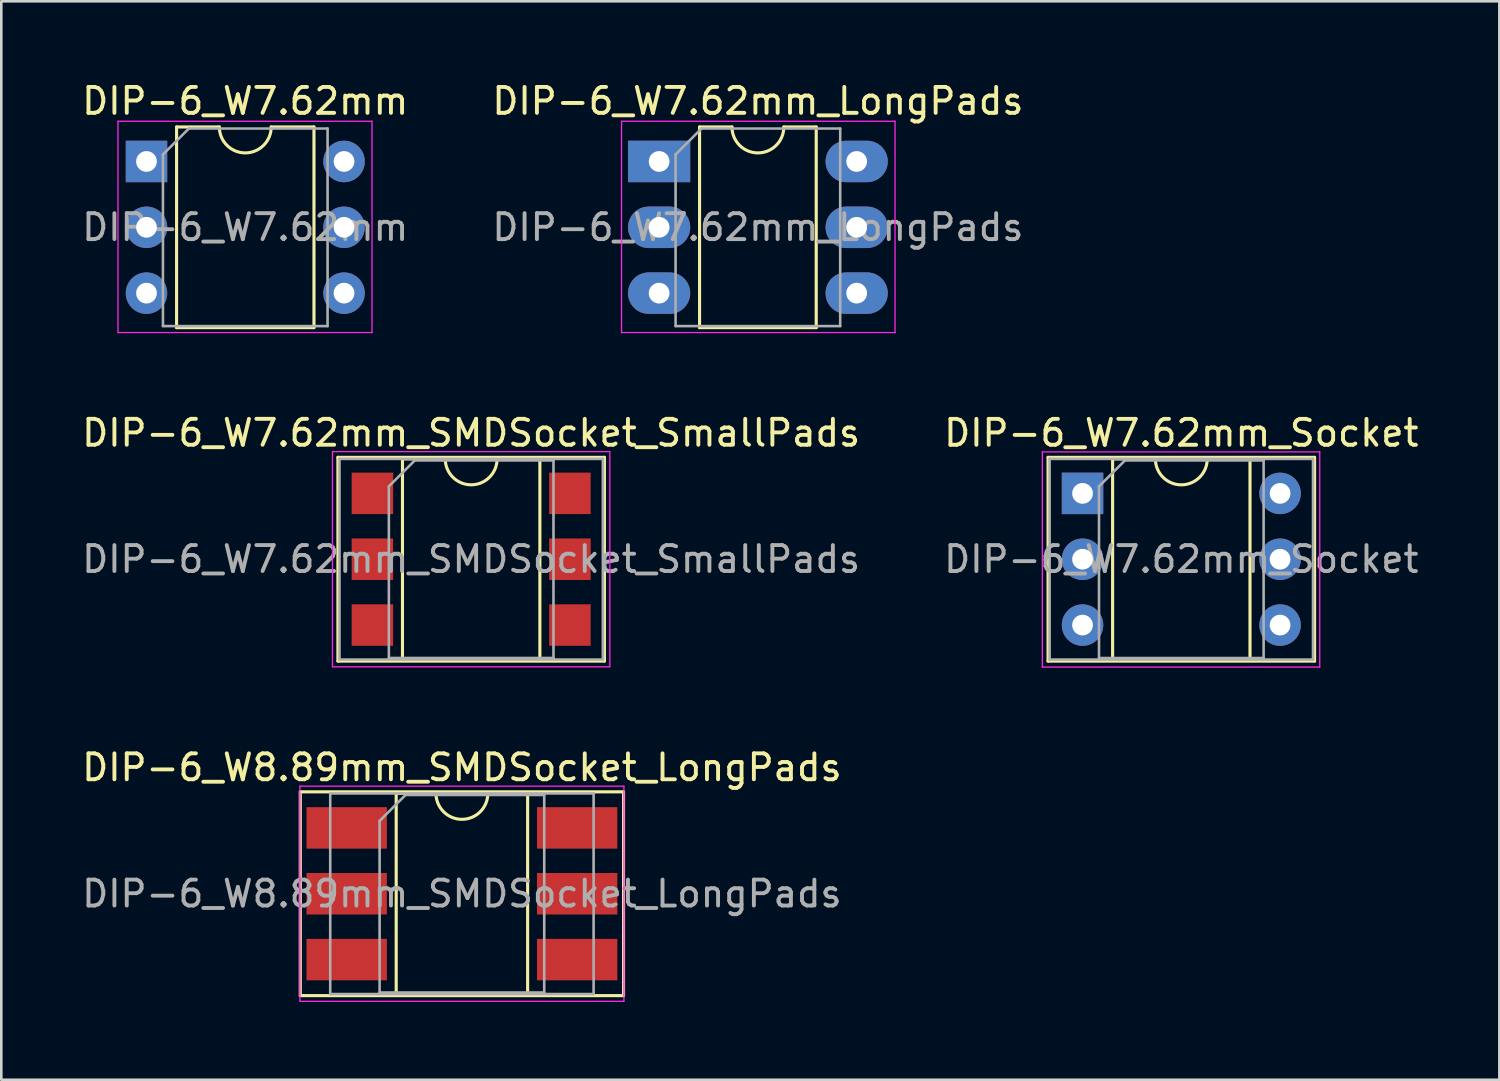
<source format=kicad_pcb>
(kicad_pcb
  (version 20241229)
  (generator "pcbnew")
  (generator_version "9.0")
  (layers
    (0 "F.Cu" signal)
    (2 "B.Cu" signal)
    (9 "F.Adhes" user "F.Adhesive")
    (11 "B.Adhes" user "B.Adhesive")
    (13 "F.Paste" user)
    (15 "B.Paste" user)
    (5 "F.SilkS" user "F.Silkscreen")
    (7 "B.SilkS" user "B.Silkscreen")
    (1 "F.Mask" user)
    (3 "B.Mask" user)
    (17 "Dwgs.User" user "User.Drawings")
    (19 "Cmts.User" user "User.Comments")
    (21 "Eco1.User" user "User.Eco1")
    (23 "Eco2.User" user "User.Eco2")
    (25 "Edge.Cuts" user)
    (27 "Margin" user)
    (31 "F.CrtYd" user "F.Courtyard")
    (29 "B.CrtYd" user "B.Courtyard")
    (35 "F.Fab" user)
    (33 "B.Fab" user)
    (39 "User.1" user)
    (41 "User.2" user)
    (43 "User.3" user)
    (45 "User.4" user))
  (footprint "DIP-6_W7.62mm"
    (layer "F.Cu")
    (at 2.601 3.178)
    (property "Reference" "DIP-6_W7.62mm" (at 3.81 -2.33 0) (layer "F.SilkS") (effects (font (size 1 1) (thickness 0.15))))
    (attr through_hole)
    (fp_line (start 1.16 -1.33) (end 1.16 6.41) (stroke (width 0.12) (type solid)) (layer "F.SilkS"))
    (fp_line (start 1.16 6.41) (end 6.46 6.41) (stroke (width 0.12) (type solid)) (layer "F.SilkS"))
    (fp_line (start 2.81 -1.33) (end 1.16 -1.33) (stroke (width 0.12) (type solid)) (layer "F.SilkS"))
    (fp_line (start 6.46 -1.33) (end 4.81 -1.33) (stroke (width 0.12) (type solid)) (layer "F.SilkS"))
    (fp_line (start 6.46 6.41) (end 6.46 -1.33) (stroke (width 0.12) (type solid)) (layer "F.SilkS"))
    (fp_arc (start 4.81 -1.33) (mid 3.81 -0.33) (end 2.81 -1.33) (stroke (width 0.12) (type solid)) (layer "F.SilkS"))
    (fp_line (start -1.1 -1.55) (end -1.1 6.6) (stroke (width 0.05) (type solid)) (layer "F.CrtYd"))
    (fp_line (start -1.1 6.6) (end 8.7 6.6) (stroke (width 0.05) (type solid)) (layer "F.CrtYd"))
    (fp_line (start 8.7 -1.55) (end -1.1 -1.55) (stroke (width 0.05) (type solid)) (layer "F.CrtYd"))
    (fp_line (start 8.7 6.6) (end 8.7 -1.55) (stroke (width 0.05) (type solid)) (layer "F.CrtYd"))
    (fp_line (start 0.635 -0.27) (end 1.635 -1.27) (stroke (width 0.1) (type solid)) (layer "F.Fab"))
    (fp_line (start 0.635 6.35) (end 0.635 -0.27) (stroke (width 0.1) (type solid)) (layer "F.Fab"))
    (fp_line (start 1.635 -1.27) (end 6.985 -1.27) (stroke (width 0.1) (type solid)) (layer "F.Fab"))
    (fp_line (start 6.985 -1.27) (end 6.985 6.35) (stroke (width 0.1) (type solid)) (layer "F.Fab"))
    (fp_line (start 6.985 6.35) (end 0.635 6.35) (stroke (width 0.1) (type solid)) (layer "F.Fab"))
    (fp_text user "${REFERENCE}" (at 3.81 2.54 0) (layer "F.Fab") (effects (font (size 1 1) (thickness 0.15))))
    (pad "1" thru_hole rect (at 0 0) (size 1.6 1.6) (drill 0.8) (layers "*.Cu" "*.Mask"))
    (pad "2" thru_hole oval (at 0 2.54) (size 1.6 1.6) (drill 0.8) (layers "*.Cu" "*.Mask"))
    (pad "3" thru_hole oval (at 0 5.08) (size 1.6 1.6) (drill 0.8) (layers "*.Cu" "*.Mask"))
    (pad "4" thru_hole oval (at 7.62 5.08) (size 1.6 1.6) (drill 0.8) (layers "*.Cu" "*.Mask"))
    (pad "5" thru_hole oval (at 7.62 2.54) (size 1.6 1.6) (drill 0.8) (layers "*.Cu" "*.Mask"))
    (pad "6" thru_hole oval (at 7.62 0) (size 1.6 1.6) (drill 0.8) (layers "*.Cu" "*.Mask")))
  (footprint "DIP-6_W7.62mm_Socket"
    (layer "F.Cu")
    (at 38.708 15.982)
    (property "Reference" "DIP-6_W7.62mm_Socket" (at 3.81 -2.33 0) (layer "F.SilkS") (effects (font (size 1 1) (thickness 0.15))))
    (attr through_hole)
    (fp_line (start -1.33 -1.39) (end -1.33 6.47) (stroke (width 0.12) (type solid)) (layer "F.SilkS"))
    (fp_line (start -1.33 6.47) (end 8.95 6.47) (stroke (width 0.12) (type solid)) (layer "F.SilkS"))
    (fp_line (start 1.16 -1.33) (end 1.16 6.41) (stroke (width 0.12) (type solid)) (layer "F.SilkS"))
    (fp_line (start 1.16 6.41) (end 6.46 6.41) (stroke (width 0.12) (type solid)) (layer "F.SilkS"))
    (fp_line (start 2.81 -1.33) (end 1.16 -1.33) (stroke (width 0.12) (type solid)) (layer "F.SilkS"))
    (fp_line (start 6.46 -1.33) (end 4.81 -1.33) (stroke (width 0.12) (type solid)) (layer "F.SilkS"))
    (fp_line (start 6.46 6.41) (end 6.46 -1.33) (stroke (width 0.12) (type solid)) (layer "F.SilkS"))
    (fp_line (start 8.95 -1.39) (end -1.33 -1.39) (stroke (width 0.12) (type solid)) (layer "F.SilkS"))
    (fp_line (start 8.95 6.47) (end 8.95 -1.39) (stroke (width 0.12) (type solid)) (layer "F.SilkS"))
    (fp_arc (start 4.81 -1.33) (mid 3.81 -0.33) (end 2.81 -1.33) (stroke (width 0.12) (type solid)) (layer "F.SilkS"))
    (fp_line (start -1.55 -1.6) (end -1.55 6.7) (stroke (width 0.05) (type solid)) (layer "F.CrtYd"))
    (fp_line (start -1.55 6.7) (end 9.15 6.7) (stroke (width 0.05) (type solid)) (layer "F.CrtYd"))
    (fp_line (start 9.15 -1.6) (end -1.55 -1.6) (stroke (width 0.05) (type solid)) (layer "F.CrtYd"))
    (fp_line (start 9.15 6.7) (end 9.15 -1.6) (stroke (width 0.05) (type solid)) (layer "F.CrtYd"))
    (fp_line (start -1.27 -1.33) (end -1.27 6.41) (stroke (width 0.1) (type solid)) (layer "F.Fab"))
    (fp_line (start -1.27 6.41) (end 8.89 6.41) (stroke (width 0.1) (type solid)) (layer "F.Fab"))
    (fp_line (start 0.635 -0.27) (end 1.635 -1.27) (stroke (width 0.1) (type solid)) (layer "F.Fab"))
    (fp_line (start 0.635 6.35) (end 0.635 -0.27) (stroke (width 0.1) (type solid)) (layer "F.Fab"))
    (fp_line (start 1.635 -1.27) (end 6.985 -1.27) (stroke (width 0.1) (type solid)) (layer "F.Fab"))
    (fp_line (start 6.985 -1.27) (end 6.985 6.35) (stroke (width 0.1) (type solid)) (layer "F.Fab"))
    (fp_line (start 6.985 6.35) (end 0.635 6.35) (stroke (width 0.1) (type solid)) (layer "F.Fab"))
    (fp_line (start 8.89 -1.33) (end -1.27 -1.33) (stroke (width 0.1) (type solid)) (layer "F.Fab"))
    (fp_line (start 8.89 6.41) (end 8.89 -1.33) (stroke (width 0.1) (type solid)) (layer "F.Fab"))
    (fp_text user "${REFERENCE}" (at 3.81 2.54 0) (layer "F.Fab") (effects (font (size 1 1) (thickness 0.15))))
    (pad "1" thru_hole rect (at 0 0) (size 1.6 1.6) (drill 0.8) (layers "*.Cu" "*.Mask"))
    (pad "2" thru_hole oval (at 0 2.54) (size 1.6 1.6) (drill 0.8) (layers "*.Cu" "*.Mask"))
    (pad "3" thru_hole oval (at 0 5.08) (size 1.6 1.6) (drill 0.8) (layers "*.Cu" "*.Mask"))
    (pad "4" thru_hole oval (at 7.62 5.08) (size 1.6 1.6) (drill 0.8) (layers "*.Cu" "*.Mask"))
    (pad "5" thru_hole oval (at 7.62 2.54) (size 1.6 1.6) (drill 0.8) (layers "*.Cu" "*.Mask"))
    (pad "6" thru_hole oval (at 7.62 0) (size 1.6 1.6) (drill 0.8) (layers "*.Cu" "*.Mask")))
  (footprint "DIP-6_W7.62mm_LongPads"
    (layer "F.Cu")
    (at 22.375 3.178)
    (property "Reference" "DIP-6_W7.62mm_LongPads" (at 3.81 -2.33 0) (layer "F.SilkS") (effects (font (size 1 1) (thickness 0.15))))
    (attr through_hole)
    (fp_line (start 1.56 -1.33) (end 1.56 6.41) (stroke (width 0.12) (type solid)) (layer "F.SilkS"))
    (fp_line (start 1.56 6.41) (end 6.06 6.41) (stroke (width 0.12) (type solid)) (layer "F.SilkS"))
    (fp_line (start 2.81 -1.33) (end 1.56 -1.33) (stroke (width 0.12) (type solid)) (layer "F.SilkS"))
    (fp_line (start 6.06 -1.33) (end 4.81 -1.33) (stroke (width 0.12) (type solid)) (layer "F.SilkS"))
    (fp_line (start 6.06 6.41) (end 6.06 -1.33) (stroke (width 0.12) (type solid)) (layer "F.SilkS"))
    (fp_arc (start 4.81 -1.33) (mid 3.81 -0.33) (end 2.81 -1.33) (stroke (width 0.12) (type solid)) (layer "F.SilkS"))
    (fp_line (start -1.45 -1.55) (end -1.45 6.6) (stroke (width 0.05) (type solid)) (layer "F.CrtYd"))
    (fp_line (start -1.45 6.6) (end 9.1 6.6) (stroke (width 0.05) (type solid)) (layer "F.CrtYd"))
    (fp_line (start 9.1 -1.55) (end -1.45 -1.55) (stroke (width 0.05) (type solid)) (layer "F.CrtYd"))
    (fp_line (start 9.1 6.6) (end 9.1 -1.55) (stroke (width 0.05) (type solid)) (layer "F.CrtYd"))
    (fp_line (start 0.635 -0.27) (end 1.635 -1.27) (stroke (width 0.1) (type solid)) (layer "F.Fab"))
    (fp_line (start 0.635 6.35) (end 0.635 -0.27) (stroke (width 0.1) (type solid)) (layer "F.Fab"))
    (fp_line (start 1.635 -1.27) (end 6.985 -1.27) (stroke (width 0.1) (type solid)) (layer "F.Fab"))
    (fp_line (start 6.985 -1.27) (end 6.985 6.35) (stroke (width 0.1) (type solid)) (layer "F.Fab"))
    (fp_line (start 6.985 6.35) (end 0.635 6.35) (stroke (width 0.1) (type solid)) (layer "F.Fab"))
    (fp_text user "${REFERENCE}" (at 3.81 2.54 0) (layer "F.Fab") (effects (font (size 1 1) (thickness 0.15))))
    (pad "1" thru_hole rect (at 0 0) (size 2.4 1.6) (drill 0.8) (layers "*.Cu" "*.Mask"))
    (pad "2" thru_hole oval (at 0 2.54) (size 2.4 1.6) (drill 0.8) (layers "*.Cu" "*.Mask"))
    (pad "3" thru_hole oval (at 0 5.08) (size 2.4 1.6) (drill 0.8) (layers "*.Cu" "*.Mask"))
    (pad "4" thru_hole oval (at 7.62 5.08) (size 2.4 1.6) (drill 0.8) (layers "*.Cu" "*.Mask"))
    (pad "5" thru_hole oval (at 7.62 2.54) (size 2.4 1.6) (drill 0.8) (layers "*.Cu" "*.Mask"))
    (pad "6" thru_hole oval (at 7.62 0) (size 2.4 1.6) (drill 0.8) (layers "*.Cu" "*.Mask")))
  (footprint "DIP-6_W8.89mm_SMDSocket_LongPads"
    (layer "F.Cu")
    (at 14.768 31.425)
    (property "Reference" "DIP-6_W8.89mm_SMDSocket_LongPads" (at 0 -4.87 0) (layer "F.SilkS") (effects (font (size 1 1) (thickness 0.15))))
    (attr smd)
    (fp_line (start -6.235 -3.93) (end -6.235 3.93) (stroke (width 0.12) (type solid)) (layer "F.SilkS"))
    (fp_line (start -6.235 3.93) (end 6.235 3.93) (stroke (width 0.12) (type solid)) (layer "F.SilkS"))
    (fp_line (start -2.535 -3.87) (end -2.535 3.87) (stroke (width 0.12) (type solid)) (layer "F.SilkS"))
    (fp_line (start -2.535 3.87) (end 2.535 3.87) (stroke (width 0.12) (type solid)) (layer "F.SilkS"))
    (fp_line (start -1 -3.87) (end -2.535 -3.87) (stroke (width 0.12) (type solid)) (layer "F.SilkS"))
    (fp_line (start 2.535 -3.87) (end 1 -3.87) (stroke (width 0.12) (type solid)) (layer "F.SilkS"))
    (fp_line (start 2.535 3.87) (end 2.535 -3.87) (stroke (width 0.12) (type solid)) (layer "F.SilkS"))
    (fp_line (start 6.235 -3.93) (end -6.235 -3.93) (stroke (width 0.12) (type solid)) (layer "F.SilkS"))
    (fp_line (start 6.235 3.93) (end 6.235 -3.93) (stroke (width 0.12) (type solid)) (layer "F.SilkS"))
    (fp_arc (start 1 -3.87) (mid 0 -2.87) (end -1 -3.87) (stroke (width 0.12) (type solid)) (layer "F.SilkS"))
    (fp_line (start -6.25 -4.15) (end -6.25 4.15) (stroke (width 0.05) (type solid)) (layer "F.CrtYd"))
    (fp_line (start -6.25 4.15) (end 6.25 4.15) (stroke (width 0.05) (type solid)) (layer "F.CrtYd"))
    (fp_line (start 6.25 -4.15) (end -6.25 -4.15) (stroke (width 0.05) (type solid)) (layer "F.CrtYd"))
    (fp_line (start 6.25 4.15) (end 6.25 -4.15) (stroke (width 0.05) (type solid)) (layer "F.CrtYd"))
    (fp_line (start -5.08 -3.87) (end -5.08 3.87) (stroke (width 0.1) (type solid)) (layer "F.Fab"))
    (fp_line (start -5.08 3.87) (end 5.08 3.87) (stroke (width 0.1) (type solid)) (layer "F.Fab"))
    (fp_line (start -3.175 -2.81) (end -2.175 -3.81) (stroke (width 0.1) (type solid)) (layer "F.Fab"))
    (fp_line (start -3.175 3.81) (end -3.175 -2.81) (stroke (width 0.1) (type solid)) (layer "F.Fab"))
    (fp_line (start -2.175 -3.81) (end 3.175 -3.81) (stroke (width 0.1) (type solid)) (layer "F.Fab"))
    (fp_line (start 3.175 -3.81) (end 3.175 3.81) (stroke (width 0.1) (type solid)) (layer "F.Fab"))
    (fp_line (start 3.175 3.81) (end -3.175 3.81) (stroke (width 0.1) (type solid)) (layer "F.Fab"))
    (fp_line (start 5.08 -3.87) (end -5.08 -3.87) (stroke (width 0.1) (type solid)) (layer "F.Fab"))
    (fp_line (start 5.08 3.87) (end 5.08 -3.87) (stroke (width 0.1) (type solid)) (layer "F.Fab"))
    (fp_text user "${REFERENCE}" (at 0 0 0) (layer "F.Fab") (effects (font (size 1 1) (thickness 0.15))))
    (pad "1" smd rect (at -4.445 -2.54) (size 3.1 1.6) (layers "F.Cu" "F.Mask" "F.Paste"))
    (pad "2" smd rect (at -4.445 0) (size 3.1 1.6) (layers "F.Cu" "F.Mask" "F.Paste"))
    (pad "3" smd rect (at -4.445 2.54) (size 3.1 1.6) (layers "F.Cu" "F.Mask" "F.Paste"))
    (pad "4" smd rect (at 4.445 2.54) (size 3.1 1.6) (layers "F.Cu" "F.Mask" "F.Paste"))
    (pad "5" smd rect (at 4.445 0) (size 3.1 1.6) (layers "F.Cu" "F.Mask" "F.Paste"))
    (pad "6" smd rect (at 4.445 -2.54) (size 3.1 1.6) (layers "F.Cu" "F.Mask" "F.Paste")))
  (footprint "DIP-6_W7.62mm_SMDSocket_SmallPads"
    (layer "F.Cu")
    (at 15.125 18.521)
    (property "Reference" "DIP-6_W7.62mm_SMDSocket_SmallPads" (at 0 -4.87 0) (layer "F.SilkS") (effects (font (size 1 1) (thickness 0.15))))
    (attr smd)
    (fp_line (start -5.14 -3.93) (end -5.14 3.93) (stroke (width 0.12) (type solid)) (layer "F.SilkS"))
    (fp_line (start -5.14 3.93) (end 5.14 3.93) (stroke (width 0.12) (type solid)) (layer "F.SilkS"))
    (fp_line (start -2.65 -3.87) (end -2.65 3.87) (stroke (width 0.12) (type solid)) (layer "F.SilkS"))
    (fp_line (start -2.65 3.87) (end 2.65 3.87) (stroke (width 0.12) (type solid)) (layer "F.SilkS"))
    (fp_line (start -1 -3.87) (end -2.65 -3.87) (stroke (width 0.12) (type solid)) (layer "F.SilkS"))
    (fp_line (start 2.65 -3.87) (end 1 -3.87) (stroke (width 0.12) (type solid)) (layer "F.SilkS"))
    (fp_line (start 2.65 3.87) (end 2.65 -3.87) (stroke (width 0.12) (type solid)) (layer "F.SilkS"))
    (fp_line (start 5.14 -3.93) (end -5.14 -3.93) (stroke (width 0.12) (type solid)) (layer "F.SilkS"))
    (fp_line (start 5.14 3.93) (end 5.14 -3.93) (stroke (width 0.12) (type solid)) (layer "F.SilkS"))
    (fp_arc (start 1 -3.87) (mid 0 -2.87) (end -1 -3.87) (stroke (width 0.12) (type solid)) (layer "F.SilkS"))
    (fp_line (start -5.35 -4.15) (end -5.35 4.15) (stroke (width 0.05) (type solid)) (layer "F.CrtYd"))
    (fp_line (start -5.35 4.15) (end 5.35 4.15) (stroke (width 0.05) (type solid)) (layer "F.CrtYd"))
    (fp_line (start 5.35 -4.15) (end -5.35 -4.15) (stroke (width 0.05) (type solid)) (layer "F.CrtYd"))
    (fp_line (start 5.35 4.15) (end 5.35 -4.15) (stroke (width 0.05) (type solid)) (layer "F.CrtYd"))
    (fp_line (start -5.08 -3.87) (end -5.08 3.87) (stroke (width 0.1) (type solid)) (layer "F.Fab"))
    (fp_line (start -5.08 3.87) (end 5.08 3.87) (stroke (width 0.1) (type solid)) (layer "F.Fab"))
    (fp_line (start -3.175 -2.81) (end -2.175 -3.81) (stroke (width 0.1) (type solid)) (layer "F.Fab"))
    (fp_line (start -3.175 3.81) (end -3.175 -2.81) (stroke (width 0.1) (type solid)) (layer "F.Fab"))
    (fp_line (start -2.175 -3.81) (end 3.175 -3.81) (stroke (width 0.1) (type solid)) (layer "F.Fab"))
    (fp_line (start 3.175 -3.81) (end 3.175 3.81) (stroke (width 0.1) (type solid)) (layer "F.Fab"))
    (fp_line (start 3.175 3.81) (end -3.175 3.81) (stroke (width 0.1) (type solid)) (layer "F.Fab"))
    (fp_line (start 5.08 -3.87) (end -5.08 -3.87) (stroke (width 0.1) (type solid)) (layer "F.Fab"))
    (fp_line (start 5.08 3.87) (end 5.08 -3.87) (stroke (width 0.1) (type solid)) (layer "F.Fab"))
    (fp_text user "${REFERENCE}" (at 0 0 0) (layer "F.Fab") (effects (font (size 1 1) (thickness 0.15))))
    (pad "1" smd rect (at -3.81 -2.54) (size 1.6 1.6) (layers "F.Cu" "F.Mask" "F.Paste"))
    (pad "2" smd rect (at -3.81 0) (size 1.6 1.6) (layers "F.Cu" "F.Mask" "F.Paste"))
    (pad "3" smd rect (at -3.81 2.54) (size 1.6 1.6) (layers "F.Cu" "F.Mask" "F.Paste"))
    (pad "4" smd rect (at 3.81 2.54) (size 1.6 1.6) (layers "F.Cu" "F.Mask" "F.Paste"))
    (pad "5" smd rect (at 3.81 0) (size 1.6 1.6) (layers "F.Cu" "F.Mask" "F.Paste"))
    (pad "6" smd rect (at 3.81 -2.54) (size 1.6 1.6) (layers "F.Cu" "F.Mask" "F.Paste")))
  (gr_rect
    (start -3 -3)
    (end 54.786 38.6)
    (stroke (width 0.1) (type default))
    (fill no)
    (layer "Edge.Cuts")))
</source>
